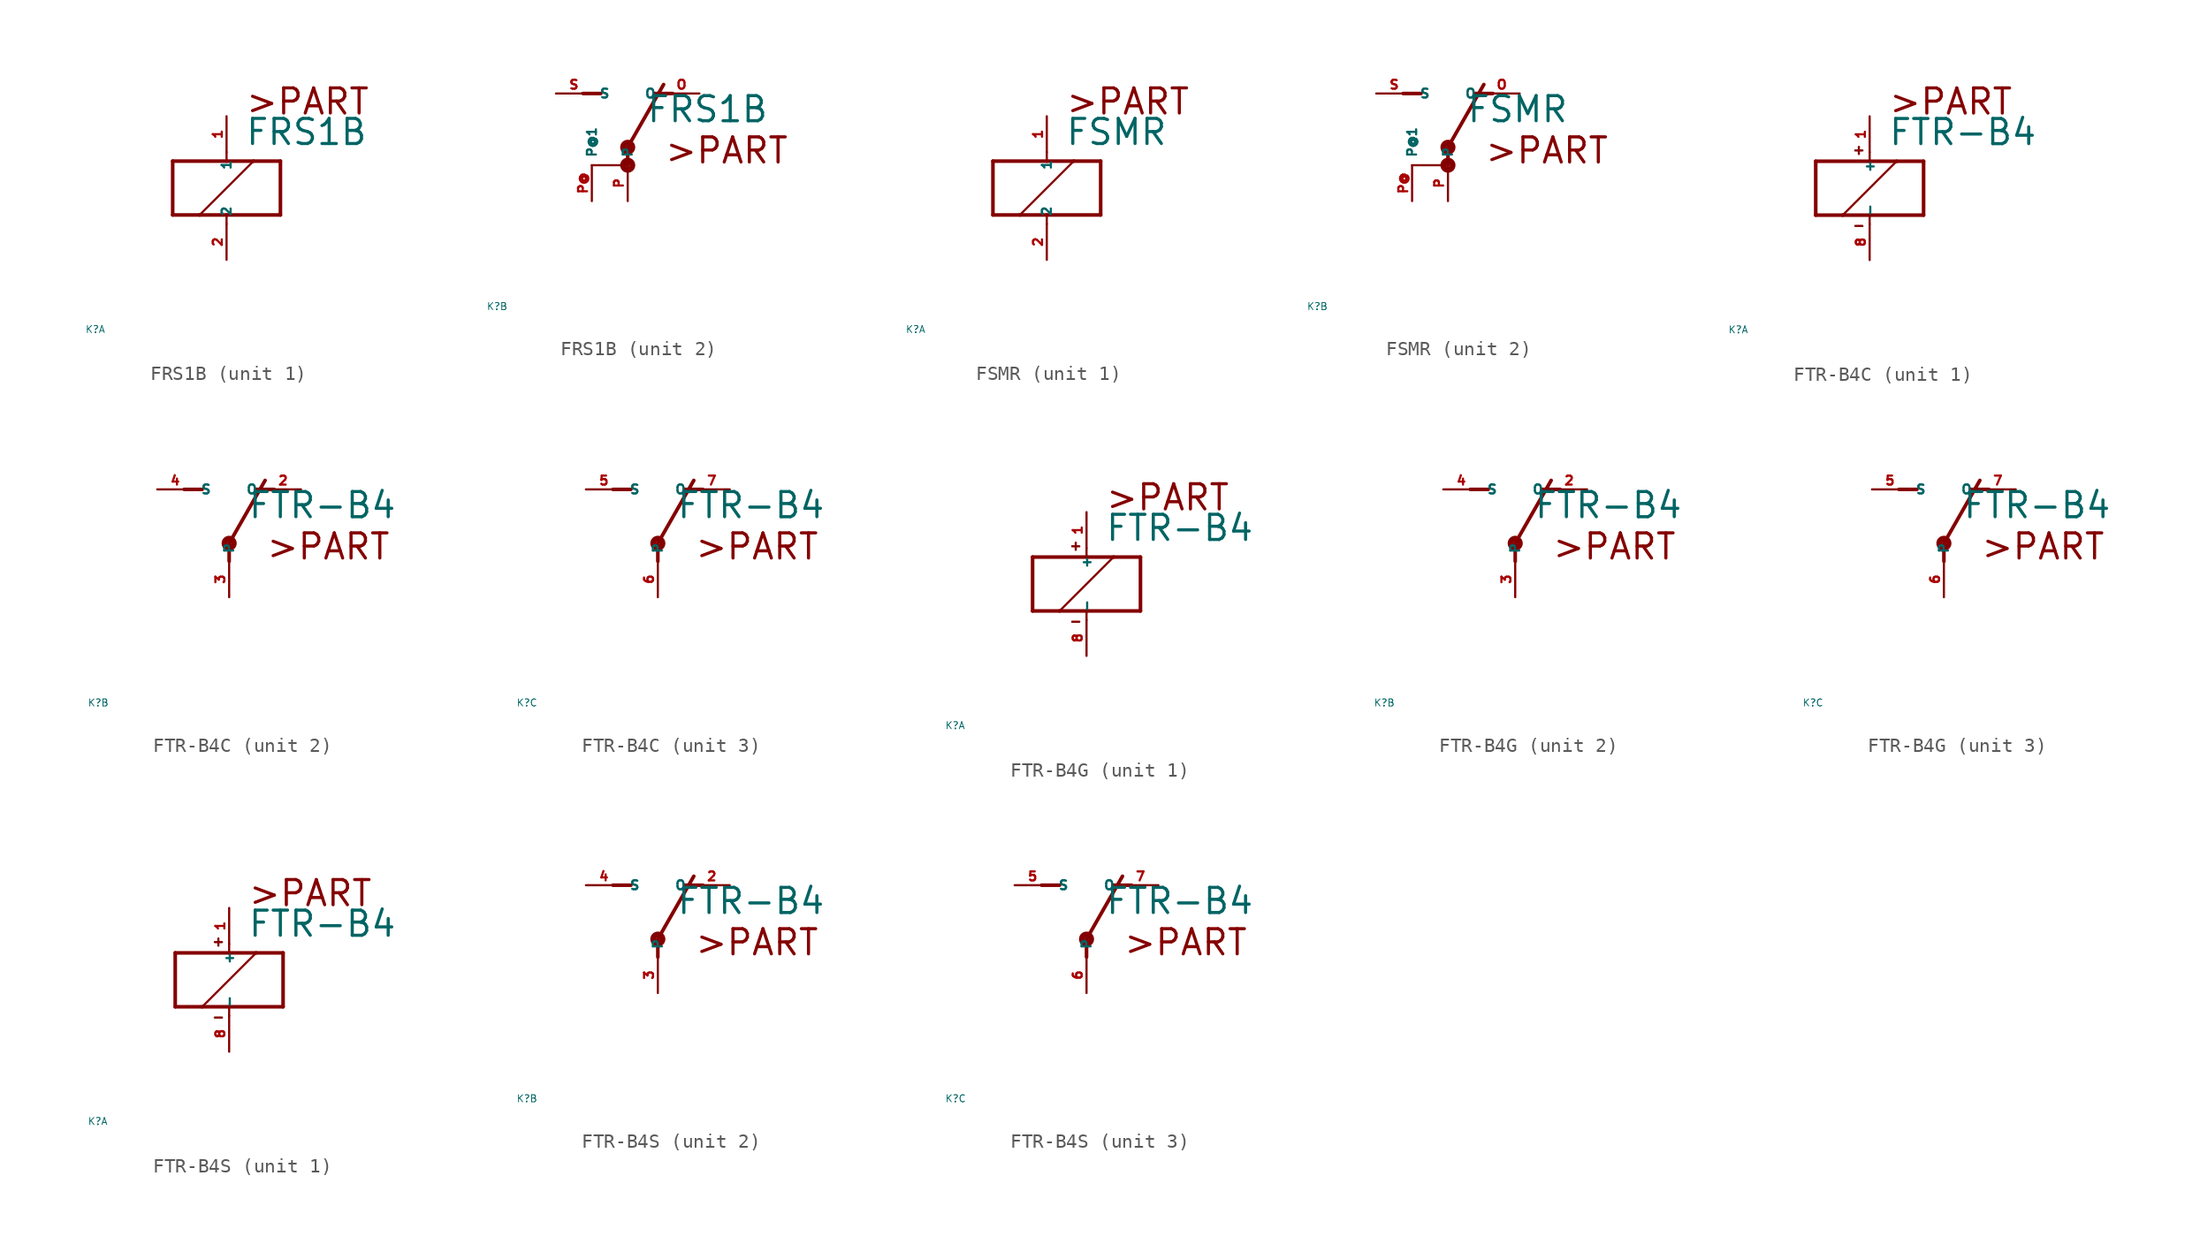
<source format=kicad_sym>
(kicad_symbol_lib
  (version 20220914)
  (generator Eagle2Kicad)
  (symbol "FRS1B"
    (property "Reference" "K"
      (at -10 -10 0)
      (effects (font (size 0.5 0.5) (thickness 0.06)) (justify left)))
    (property "Value" "FRS1B"
      (at 1.27 2.921 0)
      (effects (font (size 1.778 1.778) (thickness 0.22)) (justify left bottom)))
    (symbol "FRS1B_1_0"
      (polyline (pts (xy -3.81 -1.905) (xy -1.905 -1.905)) (stroke (width 0.254) (type default)) (fill (type none)))
      (polyline (pts (xy 3.81 -1.905) (xy 3.81 1.905)) (stroke (width 0.254) (type default)) (fill (type none)))
      (polyline (pts (xy 3.81 1.905) (xy 1.905 1.905)) (stroke (width 0.254) (type default)) (fill (type none)))
      (polyline (pts (xy -3.81 1.905) (xy -3.81 -1.905)) (stroke (width 0.254) (type default)) (fill (type none)))
      (polyline (pts (xy 0 -2.54) (xy 0 -1.905)) (stroke (width 0.152) (type default)) (fill (type none)))
      (polyline (pts (xy 0 -1.905) (xy 3.81 -1.905)) (stroke (width 0.254) (type default)) (fill (type none)))
      (polyline (pts (xy 0 2.54) (xy 0 1.905)) (stroke (width 0.152) (type default)) (fill (type none)))
      (polyline (pts (xy 0 1.905) (xy -3.81 1.905)) (stroke (width 0.254) (type default)) (fill (type none)))
      (polyline (pts (xy -1.905 -1.905) (xy 1.905 1.905)) (stroke (width 0.152) (type default)) (fill (type none)))
      (polyline (pts (xy -1.905 -1.905) (xy 0 -1.905)) (stroke (width 0.254) (type default)) (fill (type none)))
      (polyline (pts (xy 1.905 1.905) (xy 0 1.905)) (stroke (width 0.254) (type default)) (fill (type none)))
      (text ">PART" (at 1.27 5.08 0) (effects (font (size 1.778 1.778) (thickness 0.22)) (justify left bottom)))
      (pin passive line (at 0 -5.08 90) (length 2.54) (name "2" (effects (font (size 0.635 0.635) (thickness 0.08)) (justify left bottom))) (number "2" (effects (font (size 0.635 0.635) (thickness 0.08)) (justify left bottom))))
      (pin passive line (at 0 5.08 270) (length 2.54) (name "1" (effects (font (size 0.635 0.635) (thickness 0.08)) (justify left bottom))) (number "1" (effects (font (size 0.635 0.635) (thickness 0.08)) (justify left bottom)))))
    (symbol "FRS1B_2_0"
      (polyline (pts (xy 3.175 5.08) (xy 1.905 5.08)) (stroke (width 0.254) (type default)) (fill (type none)))
      (polyline (pts (xy -3.175 5.08) (xy -1.905 5.08)) (stroke (width 0.254) (type default)) (fill (type none)))
      (polyline (pts (xy 0 1.27) (xy 2.54 5.715)) (stroke (width 0.254) (type default)) (fill (type none)))
      (polyline (pts (xy -2.54 0) (xy 0 0)) (stroke (width 0.152) (type default)) (fill (type none)))
      (polyline (pts (xy 0 0) (xy 0 1.27)) (stroke (width 0.254) (type default)) (fill (type none)))
      (text ">PART" (at 2.54 0 0) (effects (font (size 1.778 1.778) (thickness 0.22)) (justify left bottom)))
      (circle (center 0 0) (radius 0.127) (stroke (width 0.406) (type default)) (fill (type none)))
      (circle (center 0 1.27) (radius 0.127) (stroke (width 0.406) (type default)) (fill (type none)))
      (pin passive line (at 5.08 5.08 180) (length 2.54) (name "O" (effects (font (size 0.635 0.635) (thickness 0.08)) (justify left bottom))) (number "O" (effects (font (size 0.635 0.635) (thickness 0.08)) (justify left bottom))))
      (pin passive line (at -5.08 5.08 0) (length 2.54) (name "S" (effects (font (size 0.635 0.635) (thickness 0.08)) (justify left bottom))) (number "S" (effects (font (size 0.635 0.635) (thickness 0.08)) (justify left bottom))))
      (pin passive line (at 0 -2.54 90) (length 2.54) (name "P" (effects (font (size 0.635 0.635) (thickness 0.08)) (justify left bottom))) (number "P" (effects (font (size 0.635 0.635) (thickness 0.08)) (justify left bottom))))
      (pin passive line (at -2.54 -2.54 90) (length 2.54) (name "P@1" (effects (font (size 0.635 0.635) (thickness 0.08)) (justify left bottom))) (number "P@" (effects (font (size 0.635 0.635) (thickness 0.08)) (justify left bottom))))))
  (symbol "FSMR"
    (property "Reference" "K"
      (at -10 -10 0)
      (effects (font (size 0.5 0.5) (thickness 0.06)) (justify left)))
    (property "Value" "FSMR"
      (at 1.27 2.921 0)
      (effects (font (size 1.778 1.778) (thickness 0.22)) (justify left bottom)))
    (symbol "FSMR_1_0"
      (polyline (pts (xy -3.81 -1.905) (xy -1.905 -1.905)) (stroke (width 0.254) (type default)) (fill (type none)))
      (polyline (pts (xy 3.81 -1.905) (xy 3.81 1.905)) (stroke (width 0.254) (type default)) (fill (type none)))
      (polyline (pts (xy 3.81 1.905) (xy 1.905 1.905)) (stroke (width 0.254) (type default)) (fill (type none)))
      (polyline (pts (xy -3.81 1.905) (xy -3.81 -1.905)) (stroke (width 0.254) (type default)) (fill (type none)))
      (polyline (pts (xy 0 -2.54) (xy 0 -1.905)) (stroke (width 0.152) (type default)) (fill (type none)))
      (polyline (pts (xy 0 -1.905) (xy 3.81 -1.905)) (stroke (width 0.254) (type default)) (fill (type none)))
      (polyline (pts (xy 0 2.54) (xy 0 1.905)) (stroke (width 0.152) (type default)) (fill (type none)))
      (polyline (pts (xy 0 1.905) (xy -3.81 1.905)) (stroke (width 0.254) (type default)) (fill (type none)))
      (polyline (pts (xy -1.905 -1.905) (xy 1.905 1.905)) (stroke (width 0.152) (type default)) (fill (type none)))
      (polyline (pts (xy -1.905 -1.905) (xy 0 -1.905)) (stroke (width 0.254) (type default)) (fill (type none)))
      (polyline (pts (xy 1.905 1.905) (xy 0 1.905)) (stroke (width 0.254) (type default)) (fill (type none)))
      (text ">PART" (at 1.27 5.08 0) (effects (font (size 1.778 1.778) (thickness 0.22)) (justify left bottom)))
      (pin passive line (at 0 -5.08 90) (length 2.54) (name "2" (effects (font (size 0.635 0.635) (thickness 0.08)) (justify left bottom))) (number "2" (effects (font (size 0.635 0.635) (thickness 0.08)) (justify left bottom))))
      (pin passive line (at 0 5.08 270) (length 2.54) (name "1" (effects (font (size 0.635 0.635) (thickness 0.08)) (justify left bottom))) (number "1" (effects (font (size 0.635 0.635) (thickness 0.08)) (justify left bottom)))))
    (symbol "FSMR_2_0"
      (polyline (pts (xy 3.175 5.08) (xy 1.905 5.08)) (stroke (width 0.254) (type default)) (fill (type none)))
      (polyline (pts (xy -3.175 5.08) (xy -1.905 5.08)) (stroke (width 0.254) (type default)) (fill (type none)))
      (polyline (pts (xy 0 1.27) (xy 2.54 5.715)) (stroke (width 0.254) (type default)) (fill (type none)))
      (polyline (pts (xy -2.54 0) (xy 0 0)) (stroke (width 0.152) (type default)) (fill (type none)))
      (polyline (pts (xy 0 0) (xy 0 1.27)) (stroke (width 0.254) (type default)) (fill (type none)))
      (text ">PART" (at 2.54 0 0) (effects (font (size 1.778 1.778) (thickness 0.22)) (justify left bottom)))
      (circle (center 0 0) (radius 0.127) (stroke (width 0.406) (type default)) (fill (type none)))
      (circle (center 0 1.27) (radius 0.127) (stroke (width 0.406) (type default)) (fill (type none)))
      (pin passive line (at 5.08 5.08 180) (length 2.54) (name "O" (effects (font (size 0.635 0.635) (thickness 0.08)) (justify left bottom))) (number "O" (effects (font (size 0.635 0.635) (thickness 0.08)) (justify left bottom))))
      (pin passive line (at -5.08 5.08 0) (length 2.54) (name "S" (effects (font (size 0.635 0.635) (thickness 0.08)) (justify left bottom))) (number "S" (effects (font (size 0.635 0.635) (thickness 0.08)) (justify left bottom))))
      (pin passive line (at 0 -2.54 90) (length 2.54) (name "P" (effects (font (size 0.635 0.635) (thickness 0.08)) (justify left bottom))) (number "P" (effects (font (size 0.635 0.635) (thickness 0.08)) (justify left bottom))))
      (pin passive line (at -2.54 -2.54 90) (length 2.54) (name "P@1" (effects (font (size 0.635 0.635) (thickness 0.08)) (justify left bottom))) (number "P@" (effects (font (size 0.635 0.635) (thickness 0.08)) (justify left bottom))))))
  (symbol "FTR-B4C"
    (property "Reference" "K"
      (at -10 -10 0)
      (effects (font (size 0.5 0.5) (thickness 0.06)) (justify left)))
    (property "Value" "FTR-B4"
      (at 1.27 2.921 0)
      (effects (font (size 1.778 1.778) (thickness 0.22)) (justify left bottom)))
    (symbol "FTR-B4C_1_0"
      (polyline (pts (xy -3.81 -1.905) (xy -1.905 -1.905)) (stroke (width 0.254) (type default)) (fill (type none)))
      (polyline (pts (xy 3.81 -1.905) (xy 3.81 1.905)) (stroke (width 0.254) (type default)) (fill (type none)))
      (polyline (pts (xy 3.81 1.905) (xy 1.905 1.905)) (stroke (width 0.254) (type default)) (fill (type none)))
      (polyline (pts (xy -3.81 1.905) (xy -3.81 -1.905)) (stroke (width 0.254) (type default)) (fill (type none)))
      (polyline (pts (xy 0 -2.54) (xy 0 -1.905)) (stroke (width 0.152) (type default)) (fill (type none)))
      (polyline (pts (xy 0 -1.905) (xy 3.81 -1.905)) (stroke (width 0.254) (type default)) (fill (type none)))
      (polyline (pts (xy 0 2.54) (xy 0 1.905)) (stroke (width 0.152) (type default)) (fill (type none)))
      (polyline (pts (xy 0 1.905) (xy -3.81 1.905)) (stroke (width 0.254) (type default)) (fill (type none)))
      (polyline (pts (xy -1.905 -1.905) (xy 1.905 1.905)) (stroke (width 0.152) (type default)) (fill (type none)))
      (polyline (pts (xy -1.905 -1.905) (xy 0 -1.905)) (stroke (width 0.254) (type default)) (fill (type none)))
      (polyline (pts (xy 1.905 1.905) (xy 0 1.905)) (stroke (width 0.254) (type default)) (fill (type none)))
      (polyline (pts (xy -1.016 2.667) (xy -0.508 2.667)) (stroke (width 0.152) (type default)) (fill (type none)))
      (polyline (pts (xy -0.762 2.921) (xy -0.762 2.413)) (stroke (width 0.152) (type default)) (fill (type none)))
      (polyline (pts (xy -1.016 -2.667) (xy -0.508 -2.667)) (stroke (width 0.152) (type default)) (fill (type none)))
      (text ">PART" (at 1.27 5.08 0) (effects (font (size 1.778 1.778) (thickness 0.22)) (justify left bottom)))
      (pin passive line (at 0 -5.08 90) (length 2.54) (name "-" (effects (font (size 0.635 0.635) (thickness 0.08)) (justify left bottom))) (number "8" (effects (font (size 0.635 0.635) (thickness 0.08)) (justify left bottom))))
      (pin passive line (at 0 5.08 270) (length 2.54) (name "+" (effects (font (size 0.635 0.635) (thickness 0.08)) (justify left bottom))) (number "1" (effects (font (size 0.635 0.635) (thickness 0.08)) (justify left bottom)))))
    (symbol "FTR-B4C_2_0"
      (polyline (pts (xy 3.175 5.08) (xy 1.905 5.08)) (stroke (width 0.254) (type default)) (fill (type none)))
      (polyline (pts (xy -3.175 5.08) (xy -1.905 5.08)) (stroke (width 0.254) (type default)) (fill (type none)))
      (polyline (pts (xy 0 1.27) (xy 2.54 5.715)) (stroke (width 0.254) (type default)) (fill (type none)))
      (polyline (pts (xy 0 1.27) (xy 0 0)) (stroke (width 0.254) (type default)) (fill (type none)))
      (text ">PART" (at 2.54 0 0) (effects (font (size 1.778 1.778) (thickness 0.22)) (justify left bottom)))
      (circle (center 0 1.27) (radius 0.127) (stroke (width 0.406) (type default)) (fill (type none)))
      (pin passive line (at 5.08 5.08 180) (length 2.54) (name "O" (effects (font (size 0.635 0.635) (thickness 0.08)) (justify left bottom))) (number "2" (effects (font (size 0.635 0.635) (thickness 0.08)) (justify left bottom))))
      (pin passive line (at -5.08 5.08 0) (length 2.54) (name "S" (effects (font (size 0.635 0.635) (thickness 0.08)) (justify left bottom))) (number "4" (effects (font (size 0.635 0.635) (thickness 0.08)) (justify left bottom))))
      (pin passive line (at 0 -2.54 90) (length 2.54) (name "P" (effects (font (size 0.635 0.635) (thickness 0.08)) (justify left bottom))) (number "3" (effects (font (size 0.635 0.635) (thickness 0.08)) (justify left bottom)))))
    (symbol "FTR-B4C_3_0"
      (polyline (pts (xy 3.175 5.08) (xy 1.905 5.08)) (stroke (width 0.254) (type default)) (fill (type none)))
      (polyline (pts (xy -3.175 5.08) (xy -1.905 5.08)) (stroke (width 0.254) (type default)) (fill (type none)))
      (polyline (pts (xy 0 1.27) (xy 2.54 5.715)) (stroke (width 0.254) (type default)) (fill (type none)))
      (polyline (pts (xy 0 1.27) (xy 0 0)) (stroke (width 0.254) (type default)) (fill (type none)))
      (text ">PART" (at 2.54 0 0) (effects (font (size 1.778 1.778) (thickness 0.22)) (justify left bottom)))
      (circle (center 0 1.27) (radius 0.127) (stroke (width 0.406) (type default)) (fill (type none)))
      (pin passive line (at 5.08 5.08 180) (length 2.54) (name "O" (effects (font (size 0.635 0.635) (thickness 0.08)) (justify left bottom))) (number "7" (effects (font (size 0.635 0.635) (thickness 0.08)) (justify left bottom))))
      (pin passive line (at -5.08 5.08 0) (length 2.54) (name "S" (effects (font (size 0.635 0.635) (thickness 0.08)) (justify left bottom))) (number "5" (effects (font (size 0.635 0.635) (thickness 0.08)) (justify left bottom))))
      (pin passive line (at 0 -2.54 90) (length 2.54) (name "P" (effects (font (size 0.635 0.635) (thickness 0.08)) (justify left bottom))) (number "6" (effects (font (size 0.635 0.635) (thickness 0.08)) (justify left bottom))))))
  (symbol "FTR-B4G"
    (property "Reference" "K"
      (at -10 -10 0)
      (effects (font (size 0.5 0.5) (thickness 0.06)) (justify left)))
    (property "Value" "FTR-B4"
      (at 1.27 2.921 0)
      (effects (font (size 1.778 1.778) (thickness 0.22)) (justify left bottom)))
    (symbol "FTR-B4G_1_0"
      (polyline (pts (xy -3.81 -1.905) (xy -1.905 -1.905)) (stroke (width 0.254) (type default)) (fill (type none)))
      (polyline (pts (xy 3.81 -1.905) (xy 3.81 1.905)) (stroke (width 0.254) (type default)) (fill (type none)))
      (polyline (pts (xy 3.81 1.905) (xy 1.905 1.905)) (stroke (width 0.254) (type default)) (fill (type none)))
      (polyline (pts (xy -3.81 1.905) (xy -3.81 -1.905)) (stroke (width 0.254) (type default)) (fill (type none)))
      (polyline (pts (xy 0 -2.54) (xy 0 -1.905)) (stroke (width 0.152) (type default)) (fill (type none)))
      (polyline (pts (xy 0 -1.905) (xy 3.81 -1.905)) (stroke (width 0.254) (type default)) (fill (type none)))
      (polyline (pts (xy 0 2.54) (xy 0 1.905)) (stroke (width 0.152) (type default)) (fill (type none)))
      (polyline (pts (xy 0 1.905) (xy -3.81 1.905)) (stroke (width 0.254) (type default)) (fill (type none)))
      (polyline (pts (xy -1.905 -1.905) (xy 1.905 1.905)) (stroke (width 0.152) (type default)) (fill (type none)))
      (polyline (pts (xy -1.905 -1.905) (xy 0 -1.905)) (stroke (width 0.254) (type default)) (fill (type none)))
      (polyline (pts (xy 1.905 1.905) (xy 0 1.905)) (stroke (width 0.254) (type default)) (fill (type none)))
      (polyline (pts (xy -1.016 2.667) (xy -0.508 2.667)) (stroke (width 0.152) (type default)) (fill (type none)))
      (polyline (pts (xy -0.762 2.921) (xy -0.762 2.413)) (stroke (width 0.152) (type default)) (fill (type none)))
      (polyline (pts (xy -1.016 -2.667) (xy -0.508 -2.667)) (stroke (width 0.152) (type default)) (fill (type none)))
      (text ">PART" (at 1.27 5.08 0) (effects (font (size 1.778 1.778) (thickness 0.22)) (justify left bottom)))
      (pin passive line (at 0 -5.08 90) (length 2.54) (name "-" (effects (font (size 0.635 0.635) (thickness 0.08)) (justify left bottom))) (number "8" (effects (font (size 0.635 0.635) (thickness 0.08)) (justify left bottom))))
      (pin passive line (at 0 5.08 270) (length 2.54) (name "+" (effects (font (size 0.635 0.635) (thickness 0.08)) (justify left bottom))) (number "1" (effects (font (size 0.635 0.635) (thickness 0.08)) (justify left bottom)))))
    (symbol "FTR-B4G_2_0"
      (polyline (pts (xy 3.175 5.08) (xy 1.905 5.08)) (stroke (width 0.254) (type default)) (fill (type none)))
      (polyline (pts (xy -3.175 5.08) (xy -1.905 5.08)) (stroke (width 0.254) (type default)) (fill (type none)))
      (polyline (pts (xy 0 1.27) (xy 2.54 5.715)) (stroke (width 0.254) (type default)) (fill (type none)))
      (polyline (pts (xy 0 1.27) (xy 0 0)) (stroke (width 0.254) (type default)) (fill (type none)))
      (text ">PART" (at 2.54 0 0) (effects (font (size 1.778 1.778) (thickness 0.22)) (justify left bottom)))
      (circle (center 0 1.27) (radius 0.127) (stroke (width 0.406) (type default)) (fill (type none)))
      (pin passive line (at 5.08 5.08 180) (length 2.54) (name "O" (effects (font (size 0.635 0.635) (thickness 0.08)) (justify left bottom))) (number "2" (effects (font (size 0.635 0.635) (thickness 0.08)) (justify left bottom))))
      (pin passive line (at -5.08 5.08 0) (length 2.54) (name "S" (effects (font (size 0.635 0.635) (thickness 0.08)) (justify left bottom))) (number "4" (effects (font (size 0.635 0.635) (thickness 0.08)) (justify left bottom))))
      (pin passive line (at 0 -2.54 90) (length 2.54) (name "P" (effects (font (size 0.635 0.635) (thickness 0.08)) (justify left bottom))) (number "3" (effects (font (size 0.635 0.635) (thickness 0.08)) (justify left bottom)))))
    (symbol "FTR-B4G_3_0"
      (polyline (pts (xy 3.175 5.08) (xy 1.905 5.08)) (stroke (width 0.254) (type default)) (fill (type none)))
      (polyline (pts (xy -3.175 5.08) (xy -1.905 5.08)) (stroke (width 0.254) (type default)) (fill (type none)))
      (polyline (pts (xy 0 1.27) (xy 2.54 5.715)) (stroke (width 0.254) (type default)) (fill (type none)))
      (polyline (pts (xy 0 1.27) (xy 0 0)) (stroke (width 0.254) (type default)) (fill (type none)))
      (text ">PART" (at 2.54 0 0) (effects (font (size 1.778 1.778) (thickness 0.22)) (justify left bottom)))
      (circle (center 0 1.27) (radius 0.127) (stroke (width 0.406) (type default)) (fill (type none)))
      (pin passive line (at 5.08 5.08 180) (length 2.54) (name "O" (effects (font (size 0.635 0.635) (thickness 0.08)) (justify left bottom))) (number "7" (effects (font (size 0.635 0.635) (thickness 0.08)) (justify left bottom))))
      (pin passive line (at -5.08 5.08 0) (length 2.54) (name "S" (effects (font (size 0.635 0.635) (thickness 0.08)) (justify left bottom))) (number "5" (effects (font (size 0.635 0.635) (thickness 0.08)) (justify left bottom))))
      (pin passive line (at 0 -2.54 90) (length 2.54) (name "P" (effects (font (size 0.635 0.635) (thickness 0.08)) (justify left bottom))) (number "6" (effects (font (size 0.635 0.635) (thickness 0.08)) (justify left bottom))))))
  (symbol "FTR-B4S"
    (property "Reference" "K"
      (at -10 -10 0)
      (effects (font (size 0.5 0.5) (thickness 0.06)) (justify left)))
    (property "Value" "FTR-B4"
      (at 1.27 2.921 0)
      (effects (font (size 1.778 1.778) (thickness 0.22)) (justify left bottom)))
    (symbol "FTR-B4S_1_0"
      (polyline (pts (xy -3.81 -1.905) (xy -1.905 -1.905)) (stroke (width 0.254) (type default)) (fill (type none)))
      (polyline (pts (xy 3.81 -1.905) (xy 3.81 1.905)) (stroke (width 0.254) (type default)) (fill (type none)))
      (polyline (pts (xy 3.81 1.905) (xy 1.905 1.905)) (stroke (width 0.254) (type default)) (fill (type none)))
      (polyline (pts (xy -3.81 1.905) (xy -3.81 -1.905)) (stroke (width 0.254) (type default)) (fill (type none)))
      (polyline (pts (xy 0 -2.54) (xy 0 -1.905)) (stroke (width 0.152) (type default)) (fill (type none)))
      (polyline (pts (xy 0 -1.905) (xy 3.81 -1.905)) (stroke (width 0.254) (type default)) (fill (type none)))
      (polyline (pts (xy 0 2.54) (xy 0 1.905)) (stroke (width 0.152) (type default)) (fill (type none)))
      (polyline (pts (xy 0 1.905) (xy -3.81 1.905)) (stroke (width 0.254) (type default)) (fill (type none)))
      (polyline (pts (xy -1.905 -1.905) (xy 1.905 1.905)) (stroke (width 0.152) (type default)) (fill (type none)))
      (polyline (pts (xy -1.905 -1.905) (xy 0 -1.905)) (stroke (width 0.254) (type default)) (fill (type none)))
      (polyline (pts (xy 1.905 1.905) (xy 0 1.905)) (stroke (width 0.254) (type default)) (fill (type none)))
      (polyline (pts (xy -1.016 2.667) (xy -0.508 2.667)) (stroke (width 0.152) (type default)) (fill (type none)))
      (polyline (pts (xy -0.762 2.921) (xy -0.762 2.413)) (stroke (width 0.152) (type default)) (fill (type none)))
      (polyline (pts (xy -1.016 -2.667) (xy -0.508 -2.667)) (stroke (width 0.152) (type default)) (fill (type none)))
      (text ">PART" (at 1.27 5.08 0) (effects (font (size 1.778 1.778) (thickness 0.22)) (justify left bottom)))
      (pin passive line (at 0 -5.08 90) (length 2.54) (name "-" (effects (font (size 0.635 0.635) (thickness 0.08)) (justify left bottom))) (number "8" (effects (font (size 0.635 0.635) (thickness 0.08)) (justify left bottom))))
      (pin passive line (at 0 5.08 270) (length 2.54) (name "+" (effects (font (size 0.635 0.635) (thickness 0.08)) (justify left bottom))) (number "1" (effects (font (size 0.635 0.635) (thickness 0.08)) (justify left bottom)))))
    (symbol "FTR-B4S_2_0"
      (polyline (pts (xy 3.175 5.08) (xy 1.905 5.08)) (stroke (width 0.254) (type default)) (fill (type none)))
      (polyline (pts (xy -3.175 5.08) (xy -1.905 5.08)) (stroke (width 0.254) (type default)) (fill (type none)))
      (polyline (pts (xy 0 1.27) (xy 2.54 5.715)) (stroke (width 0.254) (type default)) (fill (type none)))
      (polyline (pts (xy 0 1.27) (xy 0 0)) (stroke (width 0.254) (type default)) (fill (type none)))
      (text ">PART" (at 2.54 0 0) (effects (font (size 1.778 1.778) (thickness 0.22)) (justify left bottom)))
      (circle (center 0 1.27) (radius 0.127) (stroke (width 0.406) (type default)) (fill (type none)))
      (pin passive line (at 5.08 5.08 180) (length 2.54) (name "O" (effects (font (size 0.635 0.635) (thickness 0.08)) (justify left bottom))) (number "2" (effects (font (size 0.635 0.635) (thickness 0.08)) (justify left bottom))))
      (pin passive line (at -5.08 5.08 0) (length 2.54) (name "S" (effects (font (size 0.635 0.635) (thickness 0.08)) (justify left bottom))) (number "4" (effects (font (size 0.635 0.635) (thickness 0.08)) (justify left bottom))))
      (pin passive line (at 0 -2.54 90) (length 2.54) (name "P" (effects (font (size 0.635 0.635) (thickness 0.08)) (justify left bottom))) (number "3" (effects (font (size 0.635 0.635) (thickness 0.08)) (justify left bottom)))))
    (symbol "FTR-B4S_3_0"
      (polyline (pts (xy 3.175 5.08) (xy 1.905 5.08)) (stroke (width 0.254) (type default)) (fill (type none)))
      (polyline (pts (xy -3.175 5.08) (xy -1.905 5.08)) (stroke (width 0.254) (type default)) (fill (type none)))
      (polyline (pts (xy 0 1.27) (xy 2.54 5.715)) (stroke (width 0.254) (type default)) (fill (type none)))
      (polyline (pts (xy 0 1.27) (xy 0 0)) (stroke (width 0.254) (type default)) (fill (type none)))
      (text ">PART" (at 2.54 0 0) (effects (font (size 1.778 1.778) (thickness 0.22)) (justify left bottom)))
      (circle (center 0 1.27) (radius 0.127) (stroke (width 0.406) (type default)) (fill (type none)))
      (pin passive line (at 5.08 5.08 180) (length 2.54) (name "O" (effects (font (size 0.635 0.635) (thickness 0.08)) (justify left bottom))) (number "7" (effects (font (size 0.635 0.635) (thickness 0.08)) (justify left bottom))))
      (pin passive line (at -5.08 5.08 0) (length 2.54) (name "S" (effects (font (size 0.635 0.635) (thickness 0.08)) (justify left bottom))) (number "5" (effects (font (size 0.635 0.635) (thickness 0.08)) (justify left bottom))))
      (pin passive line (at 0 -2.54 90) (length 2.54) (name "P" (effects (font (size 0.635 0.635) (thickness 0.08)) (justify left bottom))) (number "6" (effects (font (size 0.635 0.635) (thickness 0.08)) (justify left bottom)))))))
</source>
